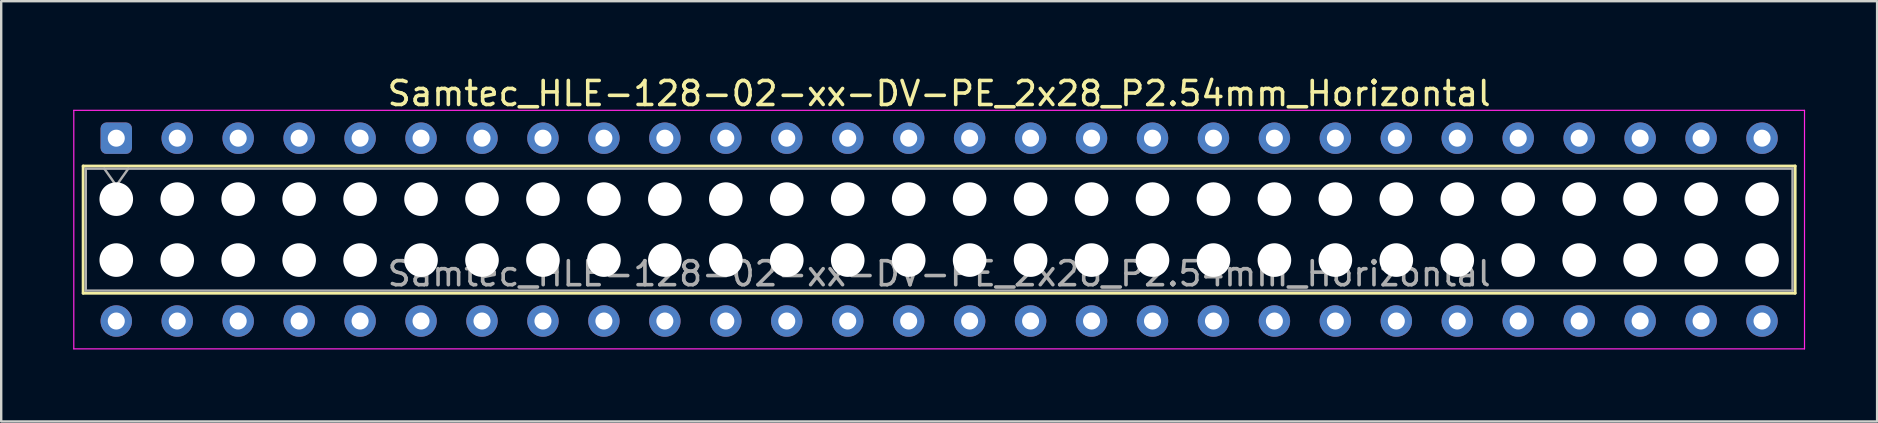
<source format=kicad_pcb>
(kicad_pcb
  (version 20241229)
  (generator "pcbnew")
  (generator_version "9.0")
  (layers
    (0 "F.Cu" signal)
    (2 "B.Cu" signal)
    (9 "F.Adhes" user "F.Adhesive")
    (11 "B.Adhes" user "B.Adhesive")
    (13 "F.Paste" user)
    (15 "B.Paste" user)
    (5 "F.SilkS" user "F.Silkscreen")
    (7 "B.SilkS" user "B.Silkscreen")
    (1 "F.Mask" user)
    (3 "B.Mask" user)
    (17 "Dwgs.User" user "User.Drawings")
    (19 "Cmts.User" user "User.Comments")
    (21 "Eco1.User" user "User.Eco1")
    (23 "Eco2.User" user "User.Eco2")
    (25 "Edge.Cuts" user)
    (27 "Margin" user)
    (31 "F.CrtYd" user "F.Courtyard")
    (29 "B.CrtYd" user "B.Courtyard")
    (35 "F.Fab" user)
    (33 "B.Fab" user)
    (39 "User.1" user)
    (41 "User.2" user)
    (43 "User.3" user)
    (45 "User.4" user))
  (footprint "Samtec_HLE-128-02-xx-DV-PE_2x28_P2.54mm_Horizontal"
    (layer "F.Cu")
    (at 1.795 2.708)
    (property "Reference" "Samtec_HLE-128-02-xx-DV-PE_2x28_P2.54mm_Horizontal" (at 34.29 -1.86 0) (layer "F.SilkS") (effects (font (size 1 1) (thickness 0.15))))
    (attr through_hole)
    (fp_line (start -1.38 1.16) (end 69.96 1.16) (stroke (width 0.12) (type solid)) (layer "F.SilkS"))
    (fp_line (start -1.38 6.46) (end -1.38 1.16) (stroke (width 0.12) (type solid)) (layer "F.SilkS"))
    (fp_line (start 69.96 1.16) (end 69.96 6.46) (stroke (width 0.12) (type solid)) (layer "F.SilkS"))
    (fp_line (start 69.96 6.46) (end -1.38 6.46) (stroke (width 0.12) (type solid)) (layer "F.SilkS"))
    (fp_line (start -1.77 -1.16) (end 70.35 -1.16) (stroke (width 0.05) (type solid)) (layer "F.CrtYd"))
    (fp_line (start -1.77 8.78) (end -1.77 -1.16) (stroke (width 0.05) (type solid)) (layer "F.CrtYd"))
    (fp_line (start 70.35 -1.16) (end 70.35 8.78) (stroke (width 0.05) (type solid)) (layer "F.CrtYd"))
    (fp_line (start 70.35 8.78) (end -1.77 8.78) (stroke (width 0.05) (type solid)) (layer "F.CrtYd"))
    (fp_line (start -1.27 1.27) (end 69.85 1.27) (stroke (width 0.1) (type solid)) (layer "F.Fab"))
    (fp_line (start -1.27 6.35) (end -1.27 1.27) (stroke (width 0.1) (type solid)) (layer "F.Fab"))
    (fp_line (start -0.5 1.27) (end 0 1.977) (stroke (width 0.1) (type solid)) (layer "F.Fab"))
    (fp_line (start 0 1.977) (end 0.5 1.27) (stroke (width 0.1) (type solid)) (layer "F.Fab"))
    (fp_line (start 69.85 1.27) (end 69.85 6.35) (stroke (width 0.1) (type solid)) (layer "F.Fab"))
    (fp_line (start 69.85 6.35) (end -1.27 6.35) (stroke (width 0.1) (type solid)) (layer "F.Fab"))
    (fp_text user "${REFERENCE}" (at 34.29 5.65 0) (layer "F.Fab") (effects (font (size 1 1) (thickness 0.15))))
    (pad "" np_thru_hole circle (at 0 2.54) (size 1.4 1.4) (drill 1.4) (layers "*.Cu" "*.Mask"))
    (pad "" np_thru_hole circle (at 0 5.08) (size 1.4 1.4) (drill 1.4) (layers "*.Cu" "*.Mask"))
    (pad "" np_thru_hole circle (at 2.54 2.54) (size 1.4 1.4) (drill 1.4) (layers "*.Cu" "*.Mask"))
    (pad "" np_thru_hole circle (at 2.54 5.08) (size 1.4 1.4) (drill 1.4) (layers "*.Cu" "*.Mask"))
    (pad "" np_thru_hole circle (at 5.08 2.54) (size 1.4 1.4) (drill 1.4) (layers "*.Cu" "*.Mask"))
    (pad "" np_thru_hole circle (at 5.08 5.08) (size 1.4 1.4) (drill 1.4) (layers "*.Cu" "*.Mask"))
    (pad "" np_thru_hole circle (at 7.62 2.54) (size 1.4 1.4) (drill 1.4) (layers "*.Cu" "*.Mask"))
    (pad "" np_thru_hole circle (at 7.62 5.08) (size 1.4 1.4) (drill 1.4) (layers "*.Cu" "*.Mask"))
    (pad "" np_thru_hole circle (at 10.16 2.54) (size 1.4 1.4) (drill 1.4) (layers "*.Cu" "*.Mask"))
    (pad "" np_thru_hole circle (at 10.16 5.08) (size 1.4 1.4) (drill 1.4) (layers "*.Cu" "*.Mask"))
    (pad "" np_thru_hole circle (at 12.7 2.54) (size 1.4 1.4) (drill 1.4) (layers "*.Cu" "*.Mask"))
    (pad "" np_thru_hole circle (at 12.7 5.08) (size 1.4 1.4) (drill 1.4) (layers "*.Cu" "*.Mask"))
    (pad "" np_thru_hole circle (at 15.24 2.54) (size 1.4 1.4) (drill 1.4) (layers "*.Cu" "*.Mask"))
    (pad "" np_thru_hole circle (at 15.24 5.08) (size 1.4 1.4) (drill 1.4) (layers "*.Cu" "*.Mask"))
    (pad "" np_thru_hole circle (at 17.78 2.54) (size 1.4 1.4) (drill 1.4) (layers "*.Cu" "*.Mask"))
    (pad "" np_thru_hole circle (at 17.78 5.08) (size 1.4 1.4) (drill 1.4) (layers "*.Cu" "*.Mask"))
    (pad "" np_thru_hole circle (at 20.32 2.54) (size 1.4 1.4) (drill 1.4) (layers "*.Cu" "*.Mask"))
    (pad "" np_thru_hole circle (at 20.32 5.08) (size 1.4 1.4) (drill 1.4) (layers "*.Cu" "*.Mask"))
    (pad "" np_thru_hole circle (at 22.86 2.54) (size 1.4 1.4) (drill 1.4) (layers "*.Cu" "*.Mask"))
    (pad "" np_thru_hole circle (at 22.86 5.08) (size 1.4 1.4) (drill 1.4) (layers "*.Cu" "*.Mask"))
    (pad "" np_thru_hole circle (at 25.4 2.54) (size 1.4 1.4) (drill 1.4) (layers "*.Cu" "*.Mask"))
    (pad "" np_thru_hole circle (at 25.4 5.08) (size 1.4 1.4) (drill 1.4) (layers "*.Cu" "*.Mask"))
    (pad "" np_thru_hole circle (at 27.94 2.54) (size 1.4 1.4) (drill 1.4) (layers "*.Cu" "*.Mask"))
    (pad "" np_thru_hole circle (at 27.94 5.08) (size 1.4 1.4) (drill 1.4) (layers "*.Cu" "*.Mask"))
    (pad "" np_thru_hole circle (at 30.48 2.54) (size 1.4 1.4) (drill 1.4) (layers "*.Cu" "*.Mask"))
    (pad "" np_thru_hole circle (at 30.48 5.08) (size 1.4 1.4) (drill 1.4) (layers "*.Cu" "*.Mask"))
    (pad "" np_thru_hole circle (at 33.02 2.54) (size 1.4 1.4) (drill 1.4) (layers "*.Cu" "*.Mask"))
    (pad "" np_thru_hole circle (at 33.02 5.08) (size 1.4 1.4) (drill 1.4) (layers "*.Cu" "*.Mask"))
    (pad "" np_thru_hole circle (at 35.56 2.54) (size 1.4 1.4) (drill 1.4) (layers "*.Cu" "*.Mask"))
    (pad "" np_thru_hole circle (at 35.56 5.08) (size 1.4 1.4) (drill 1.4) (layers "*.Cu" "*.Mask"))
    (pad "" np_thru_hole circle (at 38.1 2.54) (size 1.4 1.4) (drill 1.4) (layers "*.Cu" "*.Mask"))
    (pad "" np_thru_hole circle (at 38.1 5.08) (size 1.4 1.4) (drill 1.4) (layers "*.Cu" "*.Mask"))
    (pad "" np_thru_hole circle (at 40.64 2.54) (size 1.4 1.4) (drill 1.4) (layers "*.Cu" "*.Mask"))
    (pad "" np_thru_hole circle (at 40.64 5.08) (size 1.4 1.4) (drill 1.4) (layers "*.Cu" "*.Mask"))
    (pad "" np_thru_hole circle (at 43.18 2.54) (size 1.4 1.4) (drill 1.4) (layers "*.Cu" "*.Mask"))
    (pad "" np_thru_hole circle (at 43.18 5.08) (size 1.4 1.4) (drill 1.4) (layers "*.Cu" "*.Mask"))
    (pad "" np_thru_hole circle (at 45.72 2.54) (size 1.4 1.4) (drill 1.4) (layers "*.Cu" "*.Mask"))
    (pad "" np_thru_hole circle (at 45.72 5.08) (size 1.4 1.4) (drill 1.4) (layers "*.Cu" "*.Mask"))
    (pad "" np_thru_hole circle (at 48.26 2.54) (size 1.4 1.4) (drill 1.4) (layers "*.Cu" "*.Mask"))
    (pad "" np_thru_hole circle (at 48.26 5.08) (size 1.4 1.4) (drill 1.4) (layers "*.Cu" "*.Mask"))
    (pad "" np_thru_hole circle (at 50.8 2.54) (size 1.4 1.4) (drill 1.4) (layers "*.Cu" "*.Mask"))
    (pad "" np_thru_hole circle (at 50.8 5.08) (size 1.4 1.4) (drill 1.4) (layers "*.Cu" "*.Mask"))
    (pad "" np_thru_hole circle (at 53.34 2.54) (size 1.4 1.4) (drill 1.4) (layers "*.Cu" "*.Mask"))
    (pad "" np_thru_hole circle (at 53.34 5.08) (size 1.4 1.4) (drill 1.4) (layers "*.Cu" "*.Mask"))
    (pad "" np_thru_hole circle (at 55.88 2.54) (size 1.4 1.4) (drill 1.4) (layers "*.Cu" "*.Mask"))
    (pad "" np_thru_hole circle (at 55.88 5.08) (size 1.4 1.4) (drill 1.4) (layers "*.Cu" "*.Mask"))
    (pad "" np_thru_hole circle (at 58.42 2.54) (size 1.4 1.4) (drill 1.4) (layers "*.Cu" "*.Mask"))
    (pad "" np_thru_hole circle (at 58.42 5.08) (size 1.4 1.4) (drill 1.4) (layers "*.Cu" "*.Mask"))
    (pad "" np_thru_hole circle (at 60.96 2.54) (size 1.4 1.4) (drill 1.4) (layers "*.Cu" "*.Mask"))
    (pad "" np_thru_hole circle (at 60.96 5.08) (size 1.4 1.4) (drill 1.4) (layers "*.Cu" "*.Mask"))
    (pad "" np_thru_hole circle (at 63.5 2.54) (size 1.4 1.4) (drill 1.4) (layers "*.Cu" "*.Mask"))
    (pad "" np_thru_hole circle (at 63.5 5.08) (size 1.4 1.4) (drill 1.4) (layers "*.Cu" "*.Mask"))
    (pad "" np_thru_hole circle (at 66.04 2.54) (size 1.4 1.4) (drill 1.4) (layers "*.Cu" "*.Mask"))
    (pad "" np_thru_hole circle (at 66.04 5.08) (size 1.4 1.4) (drill 1.4) (layers "*.Cu" "*.Mask"))
    (pad "" np_thru_hole circle (at 68.58 2.54) (size 1.4 1.4) (drill 1.4) (layers "*.Cu" "*.Mask"))
    (pad "" np_thru_hole circle (at 68.58 5.08) (size 1.4 1.4) (drill 1.4) (layers "*.Cu" "*.Mask"))
    (pad "1" thru_hole roundrect (at 0 0) (size 1.31 1.31) (drill 0.71) (layers "*.Cu" "*.Mask") (roundrect_rratio 0.191))
    (pad "2" thru_hole circle (at 0 7.62) (size 1.31 1.31) (drill 0.71) (layers "*.Cu" "*.Mask"))
    (pad "3" thru_hole circle (at 2.54 0) (size 1.31 1.31) (drill 0.71) (layers "*.Cu" "*.Mask"))
    (pad "4" thru_hole circle (at 2.54 7.62) (size 1.31 1.31) (drill 0.71) (layers "*.Cu" "*.Mask"))
    (pad "5" thru_hole circle (at 5.08 0) (size 1.31 1.31) (drill 0.71) (layers "*.Cu" "*.Mask"))
    (pad "6" thru_hole circle (at 5.08 7.62) (size 1.31 1.31) (drill 0.71) (layers "*.Cu" "*.Mask"))
    (pad "7" thru_hole circle (at 7.62 0) (size 1.31 1.31) (drill 0.71) (layers "*.Cu" "*.Mask"))
    (pad "8" thru_hole circle (at 7.62 7.62) (size 1.31 1.31) (drill 0.71) (layers "*.Cu" "*.Mask"))
    (pad "9" thru_hole circle (at 10.16 0) (size 1.31 1.31) (drill 0.71) (layers "*.Cu" "*.Mask"))
    (pad "10" thru_hole circle (at 10.16 7.62) (size 1.31 1.31) (drill 0.71) (layers "*.Cu" "*.Mask"))
    (pad "11" thru_hole circle (at 12.7 0) (size 1.31 1.31) (drill 0.71) (layers "*.Cu" "*.Mask"))
    (pad "12" thru_hole circle (at 12.7 7.62) (size 1.31 1.31) (drill 0.71) (layers "*.Cu" "*.Mask"))
    (pad "13" thru_hole circle (at 15.24 0) (size 1.31 1.31) (drill 0.71) (layers "*.Cu" "*.Mask"))
    (pad "14" thru_hole circle (at 15.24 7.62) (size 1.31 1.31) (drill 0.71) (layers "*.Cu" "*.Mask"))
    (pad "15" thru_hole circle (at 17.78 0) (size 1.31 1.31) (drill 0.71) (layers "*.Cu" "*.Mask"))
    (pad "16" thru_hole circle (at 17.78 7.62) (size 1.31 1.31) (drill 0.71) (layers "*.Cu" "*.Mask"))
    (pad "17" thru_hole circle (at 20.32 0) (size 1.31 1.31) (drill 0.71) (layers "*.Cu" "*.Mask"))
    (pad "18" thru_hole circle (at 20.32 7.62) (size 1.31 1.31) (drill 0.71) (layers "*.Cu" "*.Mask"))
    (pad "19" thru_hole circle (at 22.86 0) (size 1.31 1.31) (drill 0.71) (layers "*.Cu" "*.Mask"))
    (pad "20" thru_hole circle (at 22.86 7.62) (size 1.31 1.31) (drill 0.71) (layers "*.Cu" "*.Mask"))
    (pad "21" thru_hole circle (at 25.4 0) (size 1.31 1.31) (drill 0.71) (layers "*.Cu" "*.Mask"))
    (pad "22" thru_hole circle (at 25.4 7.62) (size 1.31 1.31) (drill 0.71) (layers "*.Cu" "*.Mask"))
    (pad "23" thru_hole circle (at 27.94 0) (size 1.31 1.31) (drill 0.71) (layers "*.Cu" "*.Mask"))
    (pad "24" thru_hole circle (at 27.94 7.62) (size 1.31 1.31) (drill 0.71) (layers "*.Cu" "*.Mask"))
    (pad "25" thru_hole circle (at 30.48 0) (size 1.31 1.31) (drill 0.71) (layers "*.Cu" "*.Mask"))
    (pad "26" thru_hole circle (at 30.48 7.62) (size 1.31 1.31) (drill 0.71) (layers "*.Cu" "*.Mask"))
    (pad "27" thru_hole circle (at 33.02 0) (size 1.31 1.31) (drill 0.71) (layers "*.Cu" "*.Mask"))
    (pad "28" thru_hole circle (at 33.02 7.62) (size 1.31 1.31) (drill 0.71) (layers "*.Cu" "*.Mask"))
    (pad "29" thru_hole circle (at 35.56 0) (size 1.31 1.31) (drill 0.71) (layers "*.Cu" "*.Mask"))
    (pad "30" thru_hole circle (at 35.56 7.62) (size 1.31 1.31) (drill 0.71) (layers "*.Cu" "*.Mask"))
    (pad "31" thru_hole circle (at 38.1 0) (size 1.31 1.31) (drill 0.71) (layers "*.Cu" "*.Mask"))
    (pad "32" thru_hole circle (at 38.1 7.62) (size 1.31 1.31) (drill 0.71) (layers "*.Cu" "*.Mask"))
    (pad "33" thru_hole circle (at 40.64 0) (size 1.31 1.31) (drill 0.71) (layers "*.Cu" "*.Mask"))
    (pad "34" thru_hole circle (at 40.64 7.62) (size 1.31 1.31) (drill 0.71) (layers "*.Cu" "*.Mask"))
    (pad "35" thru_hole circle (at 43.18 0) (size 1.31 1.31) (drill 0.71) (layers "*.Cu" "*.Mask"))
    (pad "36" thru_hole circle (at 43.18 7.62) (size 1.31 1.31) (drill 0.71) (layers "*.Cu" "*.Mask"))
    (pad "37" thru_hole circle (at 45.72 0) (size 1.31 1.31) (drill 0.71) (layers "*.Cu" "*.Mask"))
    (pad "38" thru_hole circle (at 45.72 7.62) (size 1.31 1.31) (drill 0.71) (layers "*.Cu" "*.Mask"))
    (pad "39" thru_hole circle (at 48.26 0) (size 1.31 1.31) (drill 0.71) (layers "*.Cu" "*.Mask"))
    (pad "40" thru_hole circle (at 48.26 7.62) (size 1.31 1.31) (drill 0.71) (layers "*.Cu" "*.Mask"))
    (pad "41" thru_hole circle (at 50.8 0) (size 1.31 1.31) (drill 0.71) (layers "*.Cu" "*.Mask"))
    (pad "42" thru_hole circle (at 50.8 7.62) (size 1.31 1.31) (drill 0.71) (layers "*.Cu" "*.Mask"))
    (pad "43" thru_hole circle (at 53.34 0) (size 1.31 1.31) (drill 0.71) (layers "*.Cu" "*.Mask"))
    (pad "44" thru_hole circle (at 53.34 7.62) (size 1.31 1.31) (drill 0.71) (layers "*.Cu" "*.Mask"))
    (pad "45" thru_hole circle (at 55.88 0) (size 1.31 1.31) (drill 0.71) (layers "*.Cu" "*.Mask"))
    (pad "46" thru_hole circle (at 55.88 7.62) (size 1.31 1.31) (drill 0.71) (layers "*.Cu" "*.Mask"))
    (pad "47" thru_hole circle (at 58.42 0) (size 1.31 1.31) (drill 0.71) (layers "*.Cu" "*.Mask"))
    (pad "48" thru_hole circle (at 58.42 7.62) (size 1.31 1.31) (drill 0.71) (layers "*.Cu" "*.Mask"))
    (pad "49" thru_hole circle (at 60.96 0) (size 1.31 1.31) (drill 0.71) (layers "*.Cu" "*.Mask"))
    (pad "50" thru_hole circle (at 60.96 7.62) (size 1.31 1.31) (drill 0.71) (layers "*.Cu" "*.Mask"))
    (pad "51" thru_hole circle (at 63.5 0) (size 1.31 1.31) (drill 0.71) (layers "*.Cu" "*.Mask"))
    (pad "52" thru_hole circle (at 63.5 7.62) (size 1.31 1.31) (drill 0.71) (layers "*.Cu" "*.Mask"))
    (pad "53" thru_hole circle (at 66.04 0) (size 1.31 1.31) (drill 0.71) (layers "*.Cu" "*.Mask"))
    (pad "54" thru_hole circle (at 66.04 7.62) (size 1.31 1.31) (drill 0.71) (layers "*.Cu" "*.Mask"))
    (pad "55" thru_hole circle (at 68.58 0) (size 1.31 1.31) (drill 0.71) (layers "*.Cu" "*.Mask"))
    (pad "56" thru_hole circle (at 68.58 7.62) (size 1.31 1.31) (drill 0.71) (layers "*.Cu" "*.Mask")))
  (gr_rect
    (start -3 -3)
    (end 75.17 14.513)
    (stroke (width 0.1) (type default))
    (fill no)
    (layer "Edge.Cuts")))
</source>
